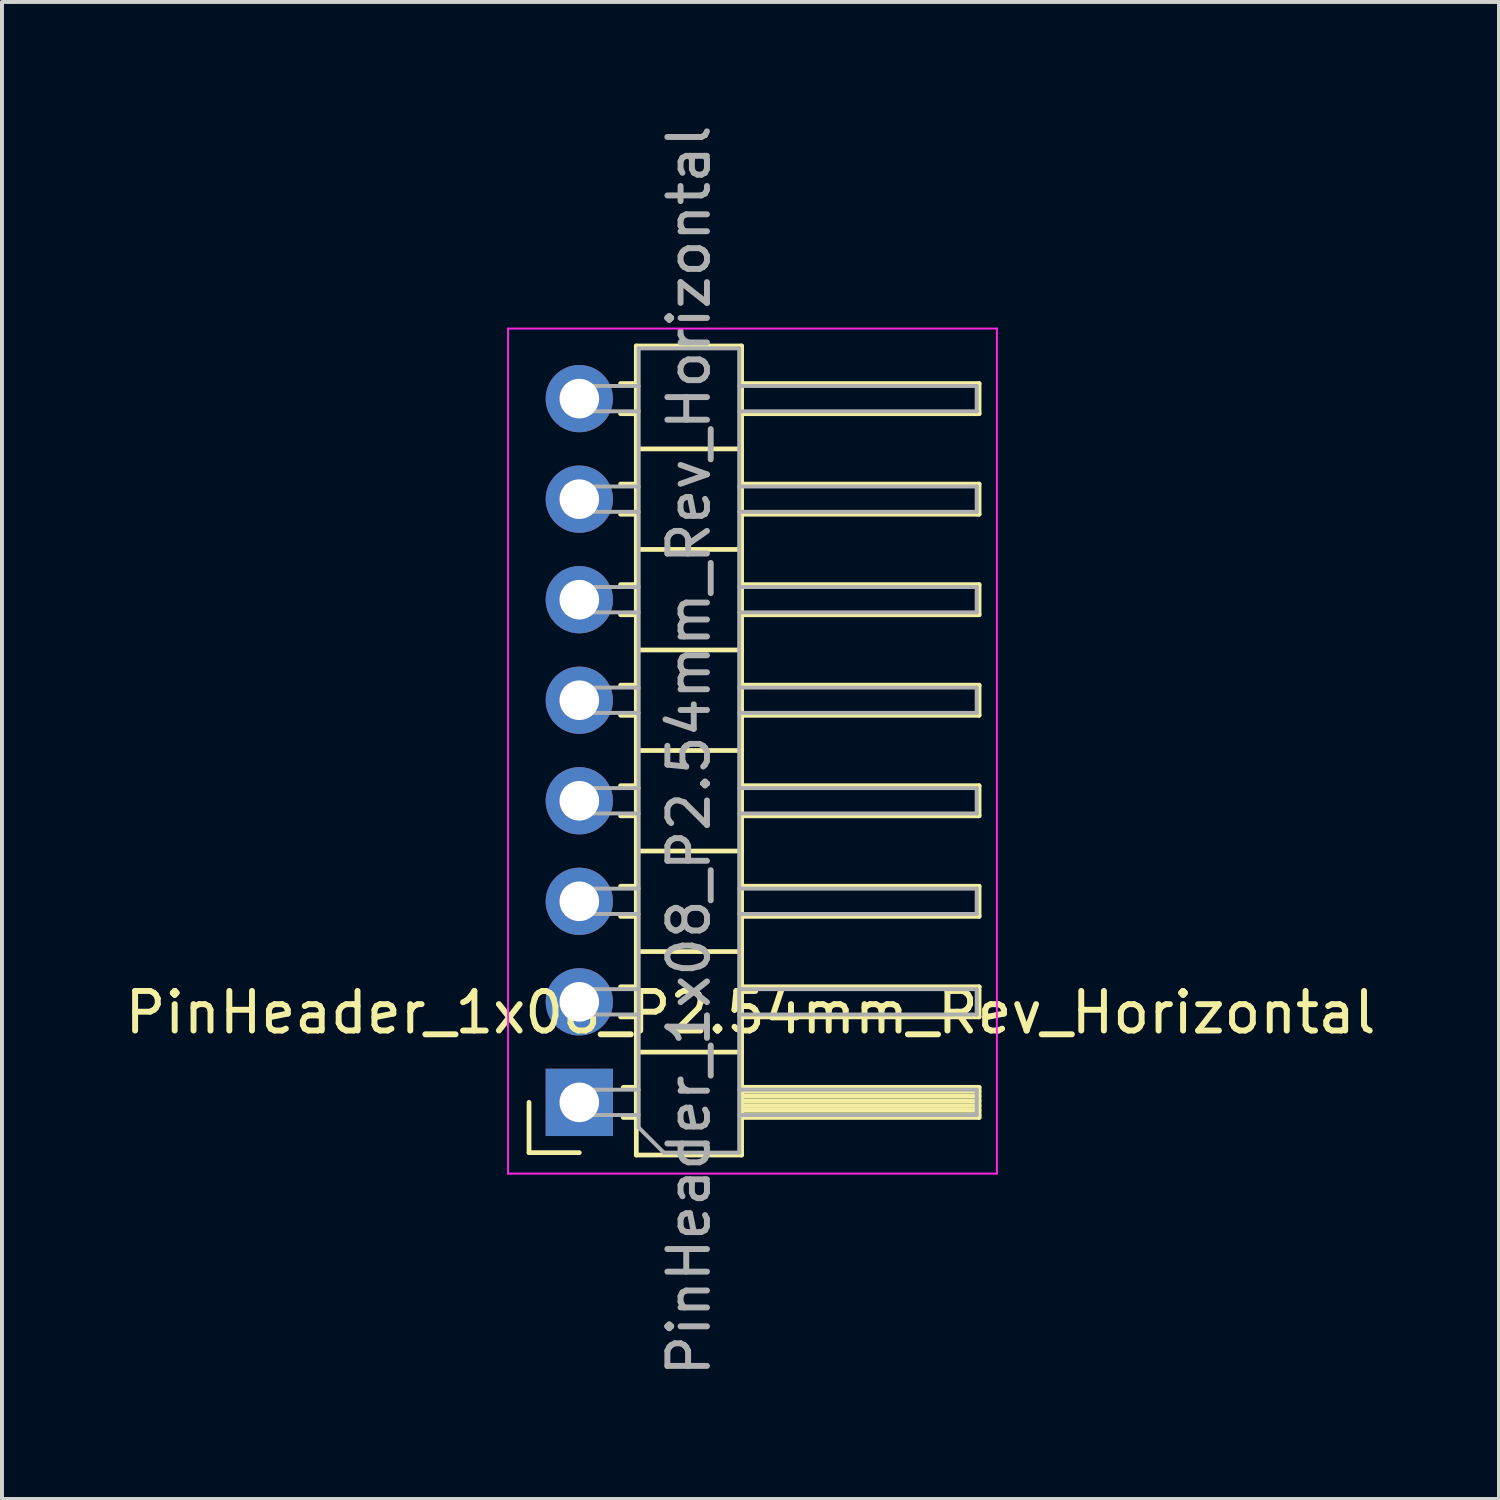
<source format=kicad_pcb>
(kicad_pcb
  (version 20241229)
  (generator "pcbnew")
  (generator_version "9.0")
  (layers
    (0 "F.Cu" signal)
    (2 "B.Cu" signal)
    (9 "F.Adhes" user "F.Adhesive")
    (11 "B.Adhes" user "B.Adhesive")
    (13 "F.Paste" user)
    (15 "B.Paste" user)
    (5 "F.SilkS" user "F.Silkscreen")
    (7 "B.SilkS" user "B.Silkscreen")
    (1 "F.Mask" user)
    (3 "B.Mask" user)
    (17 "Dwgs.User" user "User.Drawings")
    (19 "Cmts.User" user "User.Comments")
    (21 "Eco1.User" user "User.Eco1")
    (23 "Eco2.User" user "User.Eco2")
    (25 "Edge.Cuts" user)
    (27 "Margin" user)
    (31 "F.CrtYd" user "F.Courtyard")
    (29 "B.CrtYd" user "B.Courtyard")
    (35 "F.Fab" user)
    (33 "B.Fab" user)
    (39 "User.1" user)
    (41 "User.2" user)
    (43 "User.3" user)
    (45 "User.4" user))
  (footprint "PinHeader_1x08_P2.54mm_Rev_Horizontal"
    (layer "F.Cu")
    (at 11.566 24.816)
    (property "Reference" "PinHeader_1x08_P2.54mm_Rev_Horizontal" (at 4.345 -2.285 0) (layer "F.SilkS") (effects (font (size 1 1) (thickness 0.15))))
    (attr through_hole)
    (fp_line (start -1.25 -0.015) (end -1.25 1.255) (stroke (width 0.12) (type solid)) (layer "F.SilkS"))
    (fp_line (start -1.25 1.255) (end 0.02 1.255) (stroke (width 0.12) (type solid)) (layer "F.SilkS"))
    (fp_line (start 1.063 -18.175) (end 1.46 -18.175) (stroke (width 0.12) (type solid)) (layer "F.SilkS"))
    (fp_line (start 1.063 -17.415) (end 1.46 -17.415) (stroke (width 0.12) (type solid)) (layer "F.SilkS"))
    (fp_line (start 1.063 -15.635) (end 1.46 -15.635) (stroke (width 0.12) (type solid)) (layer "F.SilkS"))
    (fp_line (start 1.063 -14.875) (end 1.46 -14.875) (stroke (width 0.12) (type solid)) (layer "F.SilkS"))
    (fp_line (start 1.063 -13.095) (end 1.46 -13.095) (stroke (width 0.12) (type solid)) (layer "F.SilkS"))
    (fp_line (start 1.063 -12.335) (end 1.46 -12.335) (stroke (width 0.12) (type solid)) (layer "F.SilkS"))
    (fp_line (start 1.063 -10.555) (end 1.46 -10.555) (stroke (width 0.12) (type solid)) (layer "F.SilkS"))
    (fp_line (start 1.063 -9.795) (end 1.46 -9.795) (stroke (width 0.12) (type solid)) (layer "F.SilkS"))
    (fp_line (start 1.063 -8.015) (end 1.46 -8.015) (stroke (width 0.12) (type solid)) (layer "F.SilkS"))
    (fp_line (start 1.063 -7.255) (end 1.46 -7.255) (stroke (width 0.12) (type solid)) (layer "F.SilkS"))
    (fp_line (start 1.063 -5.475) (end 1.46 -5.475) (stroke (width 0.12) (type solid)) (layer "F.SilkS"))
    (fp_line (start 1.063 -4.715) (end 1.46 -4.715) (stroke (width 0.12) (type solid)) (layer "F.SilkS"))
    (fp_line (start 1.063 -2.935) (end 1.46 -2.935) (stroke (width 0.12) (type solid)) (layer "F.SilkS"))
    (fp_line (start 1.063 -2.175) (end 1.46 -2.175) (stroke (width 0.12) (type solid)) (layer "F.SilkS"))
    (fp_line (start 1.13 -0.395) (end 1.46 -0.395) (stroke (width 0.12) (type solid)) (layer "F.SilkS"))
    (fp_line (start 1.13 0.365) (end 1.46 0.365) (stroke (width 0.12) (type solid)) (layer "F.SilkS"))
    (fp_line (start 1.46 -19.125) (end 4.12 -19.125) (stroke (width 0.12) (type solid)) (layer "F.SilkS"))
    (fp_line (start 1.46 -16.525) (end 4.12 -16.525) (stroke (width 0.12) (type solid)) (layer "F.SilkS"))
    (fp_line (start 1.46 -13.985) (end 4.12 -13.985) (stroke (width 0.12) (type solid)) (layer "F.SilkS"))
    (fp_line (start 1.46 -11.445) (end 4.12 -11.445) (stroke (width 0.12) (type solid)) (layer "F.SilkS"))
    (fp_line (start 1.46 -8.905) (end 4.12 -8.905) (stroke (width 0.12) (type solid)) (layer "F.SilkS"))
    (fp_line (start 1.46 -6.365) (end 4.12 -6.365) (stroke (width 0.12) (type solid)) (layer "F.SilkS"))
    (fp_line (start 1.46 -3.825) (end 4.12 -3.825) (stroke (width 0.12) (type solid)) (layer "F.SilkS"))
    (fp_line (start 1.46 -1.285) (end 4.12 -1.285) (stroke (width 0.12) (type solid)) (layer "F.SilkS"))
    (fp_line (start 1.46 1.315) (end 1.46 -19.125) (stroke (width 0.12) (type solid)) (layer "F.SilkS"))
    (fp_line (start 4.12 -19.125) (end 4.12 1.315) (stroke (width 0.12) (type solid)) (layer "F.SilkS"))
    (fp_line (start 4.12 -17.415) (end 10.12 -17.415) (stroke (width 0.12) (type solid)) (layer "F.SilkS"))
    (fp_line (start 4.12 -14.875) (end 10.12 -14.875) (stroke (width 0.12) (type solid)) (layer "F.SilkS"))
    (fp_line (start 4.12 -12.335) (end 10.12 -12.335) (stroke (width 0.12) (type solid)) (layer "F.SilkS"))
    (fp_line (start 4.12 -9.795) (end 10.12 -9.795) (stroke (width 0.12) (type solid)) (layer "F.SilkS"))
    (fp_line (start 4.12 -7.255) (end 10.12 -7.255) (stroke (width 0.12) (type solid)) (layer "F.SilkS"))
    (fp_line (start 4.12 -4.715) (end 10.12 -4.715) (stroke (width 0.12) (type solid)) (layer "F.SilkS"))
    (fp_line (start 4.12 -2.175) (end 10.12 -2.175) (stroke (width 0.12) (type solid)) (layer "F.SilkS"))
    (fp_line (start 4.12 -0.295) (end 10.12 -0.295) (stroke (width 0.12) (type solid)) (layer "F.SilkS"))
    (fp_line (start 4.12 -0.175) (end 10.12 -0.175) (stroke (width 0.12) (type solid)) (layer "F.SilkS"))
    (fp_line (start 4.12 -0.055) (end 10.12 -0.055) (stroke (width 0.12) (type solid)) (layer "F.SilkS"))
    (fp_line (start 4.12 0.065) (end 10.12 0.065) (stroke (width 0.12) (type solid)) (layer "F.SilkS"))
    (fp_line (start 4.12 0.185) (end 10.12 0.185) (stroke (width 0.12) (type solid)) (layer "F.SilkS"))
    (fp_line (start 4.12 0.305) (end 10.12 0.305) (stroke (width 0.12) (type solid)) (layer "F.SilkS"))
    (fp_line (start 4.12 0.365) (end 10.12 0.365) (stroke (width 0.12) (type solid)) (layer "F.SilkS"))
    (fp_line (start 4.12 1.315) (end 1.46 1.315) (stroke (width 0.12) (type solid)) (layer "F.SilkS"))
    (fp_line (start 10.12 -18.175) (end 4.12 -18.175) (stroke (width 0.12) (type solid)) (layer "F.SilkS"))
    (fp_line (start 10.12 -17.415) (end 10.12 -18.175) (stroke (width 0.12) (type solid)) (layer "F.SilkS"))
    (fp_line (start 10.12 -15.635) (end 4.12 -15.635) (stroke (width 0.12) (type solid)) (layer "F.SilkS"))
    (fp_line (start 10.12 -14.875) (end 10.12 -15.635) (stroke (width 0.12) (type solid)) (layer "F.SilkS"))
    (fp_line (start 10.12 -13.095) (end 4.12 -13.095) (stroke (width 0.12) (type solid)) (layer "F.SilkS"))
    (fp_line (start 10.12 -12.335) (end 10.12 -13.095) (stroke (width 0.12) (type solid)) (layer "F.SilkS"))
    (fp_line (start 10.12 -10.555) (end 4.12 -10.555) (stroke (width 0.12) (type solid)) (layer "F.SilkS"))
    (fp_line (start 10.12 -9.795) (end 10.12 -10.555) (stroke (width 0.12) (type solid)) (layer "F.SilkS"))
    (fp_line (start 10.12 -8.015) (end 4.12 -8.015) (stroke (width 0.12) (type solid)) (layer "F.SilkS"))
    (fp_line (start 10.12 -7.255) (end 10.12 -8.015) (stroke (width 0.12) (type solid)) (layer "F.SilkS"))
    (fp_line (start 10.12 -5.475) (end 4.12 -5.475) (stroke (width 0.12) (type solid)) (layer "F.SilkS"))
    (fp_line (start 10.12 -4.715) (end 10.12 -5.475) (stroke (width 0.12) (type solid)) (layer "F.SilkS"))
    (fp_line (start 10.12 -2.935) (end 4.12 -2.935) (stroke (width 0.12) (type solid)) (layer "F.SilkS"))
    (fp_line (start 10.12 -2.175) (end 10.12 -2.935) (stroke (width 0.12) (type solid)) (layer "F.SilkS"))
    (fp_line (start 10.12 -0.395) (end 4.12 -0.395) (stroke (width 0.12) (type solid)) (layer "F.SilkS"))
    (fp_line (start 10.12 0.365) (end 10.12 -0.395) (stroke (width 0.12) (type solid)) (layer "F.SilkS"))
    (fp_line (start -1.78 -19.565) (end 10.57 -19.565) (stroke (width 0.05) (type solid)) (layer "F.CrtYd"))
    (fp_line (start -1.78 1.785) (end -1.78 -19.565) (stroke (width 0.05) (type solid)) (layer "F.CrtYd"))
    (fp_line (start 10.57 -19.565) (end 10.57 1.785) (stroke (width 0.05) (type solid)) (layer "F.CrtYd"))
    (fp_line (start 10.57 1.785) (end -1.78 1.785) (stroke (width 0.05) (type solid)) (layer "F.CrtYd"))
    (fp_line (start -0.3 -18.115) (end 1.52 -18.115) (stroke (width 0.1) (type solid)) (layer "F.Fab"))
    (fp_line (start -0.3 -17.475) (end -0.3 -18.115) (stroke (width 0.1) (type solid)) (layer "F.Fab"))
    (fp_line (start -0.3 -17.475) (end 1.52 -17.475) (stroke (width 0.1) (type solid)) (layer "F.Fab"))
    (fp_line (start -0.3 -15.575) (end 1.52 -15.575) (stroke (width 0.1) (type solid)) (layer "F.Fab"))
    (fp_line (start -0.3 -14.935) (end -0.3 -15.575) (stroke (width 0.1) (type solid)) (layer "F.Fab"))
    (fp_line (start -0.3 -14.935) (end 1.52 -14.935) (stroke (width 0.1) (type solid)) (layer "F.Fab"))
    (fp_line (start -0.3 -13.035) (end 1.52 -13.035) (stroke (width 0.1) (type solid)) (layer "F.Fab"))
    (fp_line (start -0.3 -12.395) (end -0.3 -13.035) (stroke (width 0.1) (type solid)) (layer "F.Fab"))
    (fp_line (start -0.3 -12.395) (end 1.52 -12.395) (stroke (width 0.1) (type solid)) (layer "F.Fab"))
    (fp_line (start -0.3 -10.495) (end 1.52 -10.495) (stroke (width 0.1) (type solid)) (layer "F.Fab"))
    (fp_line (start -0.3 -9.855) (end -0.3 -10.495) (stroke (width 0.1) (type solid)) (layer "F.Fab"))
    (fp_line (start -0.3 -9.855) (end 1.52 -9.855) (stroke (width 0.1) (type solid)) (layer "F.Fab"))
    (fp_line (start -0.3 -7.955) (end 1.52 -7.955) (stroke (width 0.1) (type solid)) (layer "F.Fab"))
    (fp_line (start -0.3 -7.315) (end -0.3 -7.955) (stroke (width 0.1) (type solid)) (layer "F.Fab"))
    (fp_line (start -0.3 -7.315) (end 1.52 -7.315) (stroke (width 0.1) (type solid)) (layer "F.Fab"))
    (fp_line (start -0.3 -5.415) (end 1.52 -5.415) (stroke (width 0.1) (type solid)) (layer "F.Fab"))
    (fp_line (start -0.3 -4.775) (end -0.3 -5.415) (stroke (width 0.1) (type solid)) (layer "F.Fab"))
    (fp_line (start -0.3 -4.775) (end 1.52 -4.775) (stroke (width 0.1) (type solid)) (layer "F.Fab"))
    (fp_line (start -0.3 -2.875) (end 1.52 -2.875) (stroke (width 0.1) (type solid)) (layer "F.Fab"))
    (fp_line (start -0.3 -2.235) (end -0.3 -2.875) (stroke (width 0.1) (type solid)) (layer "F.Fab"))
    (fp_line (start -0.3 -2.235) (end 1.52 -2.235) (stroke (width 0.1) (type solid)) (layer "F.Fab"))
    (fp_line (start -0.3 -0.335) (end 1.52 -0.335) (stroke (width 0.1) (type solid)) (layer "F.Fab"))
    (fp_line (start -0.3 0.305) (end -0.3 -0.335) (stroke (width 0.1) (type solid)) (layer "F.Fab"))
    (fp_line (start -0.3 0.305) (end 1.52 0.305) (stroke (width 0.1) (type solid)) (layer "F.Fab"))
    (fp_line (start 1.52 -19.065) (end 1.52 0.62) (stroke (width 0.1) (type solid)) (layer "F.Fab"))
    (fp_line (start 1.52 0.62) (end 2.155 1.255) (stroke (width 0.1) (type solid)) (layer "F.Fab"))
    (fp_line (start 2.155 1.255) (end 4.06 1.255) (stroke (width 0.1) (type solid)) (layer "F.Fab"))
    (fp_line (start 4.06 -19.065) (end 1.52 -19.065) (stroke (width 0.1) (type solid)) (layer "F.Fab"))
    (fp_line (start 4.06 -18.115) (end 10.06 -18.115) (stroke (width 0.1) (type solid)) (layer "F.Fab"))
    (fp_line (start 4.06 -17.475) (end 10.06 -17.475) (stroke (width 0.1) (type solid)) (layer "F.Fab"))
    (fp_line (start 4.06 -15.575) (end 10.06 -15.575) (stroke (width 0.1) (type solid)) (layer "F.Fab"))
    (fp_line (start 4.06 -14.935) (end 10.06 -14.935) (stroke (width 0.1) (type solid)) (layer "F.Fab"))
    (fp_line (start 4.06 -13.035) (end 10.06 -13.035) (stroke (width 0.1) (type solid)) (layer "F.Fab"))
    (fp_line (start 4.06 -12.395) (end 10.06 -12.395) (stroke (width 0.1) (type solid)) (layer "F.Fab"))
    (fp_line (start 4.06 -10.495) (end 10.06 -10.495) (stroke (width 0.1) (type solid)) (layer "F.Fab"))
    (fp_line (start 4.06 -9.855) (end 10.06 -9.855) (stroke (width 0.1) (type solid)) (layer "F.Fab"))
    (fp_line (start 4.06 -7.955) (end 10.06 -7.955) (stroke (width 0.1) (type solid)) (layer "F.Fab"))
    (fp_line (start 4.06 -7.315) (end 10.06 -7.315) (stroke (width 0.1) (type solid)) (layer "F.Fab"))
    (fp_line (start 4.06 -5.415) (end 10.06 -5.415) (stroke (width 0.1) (type solid)) (layer "F.Fab"))
    (fp_line (start 4.06 -4.775) (end 10.06 -4.775) (stroke (width 0.1) (type solid)) (layer "F.Fab"))
    (fp_line (start 4.06 -2.875) (end 10.06 -2.875) (stroke (width 0.1) (type solid)) (layer "F.Fab"))
    (fp_line (start 4.06 -2.235) (end 10.06 -2.235) (stroke (width 0.1) (type solid)) (layer "F.Fab"))
    (fp_line (start 4.06 -0.335) (end 10.06 -0.335) (stroke (width 0.1) (type solid)) (layer "F.Fab"))
    (fp_line (start 4.06 0.305) (end 10.06 0.305) (stroke (width 0.1) (type solid)) (layer "F.Fab"))
    (fp_line (start 4.06 1.255) (end 4.06 -19.065) (stroke (width 0.1) (type solid)) (layer "F.Fab"))
    (fp_line (start 10.06 -17.475) (end 10.06 -18.115) (stroke (width 0.1) (type solid)) (layer "F.Fab"))
    (fp_line (start 10.06 -14.935) (end 10.06 -15.575) (stroke (width 0.1) (type solid)) (layer "F.Fab"))
    (fp_line (start 10.06 -12.395) (end 10.06 -13.035) (stroke (width 0.1) (type solid)) (layer "F.Fab"))
    (fp_line (start 10.06 -9.855) (end 10.06 -10.495) (stroke (width 0.1) (type solid)) (layer "F.Fab"))
    (fp_line (start 10.06 -7.315) (end 10.06 -7.955) (stroke (width 0.1) (type solid)) (layer "F.Fab"))
    (fp_line (start 10.06 -4.775) (end 10.06 -5.415) (stroke (width 0.1) (type solid)) (layer "F.Fab"))
    (fp_line (start 10.06 -2.235) (end 10.06 -2.875) (stroke (width 0.1) (type solid)) (layer "F.Fab"))
    (fp_line (start 10.06 0.305) (end 10.06 -0.335) (stroke (width 0.1) (type solid)) (layer "F.Fab"))
    (fp_text user "${REFERENCE}" (at 2.79 -8.905 90) (layer "F.Fab") (effects (font (size 1 1) (thickness 0.15))))
    (pad "1" thru_hole rect (at 0.02 -0.015) (size 1.7 1.7) (drill 1) (layers "*.Cu" "*.Mask"))
    (pad "2" thru_hole oval (at 0.02 -2.555) (size 1.7 1.7) (drill 1) (layers "*.Cu" "*.Mask"))
    (pad "3" thru_hole oval (at 0.02 -5.095) (size 1.7 1.7) (drill 1) (layers "*.Cu" "*.Mask"))
    (pad "4" thru_hole oval (at 0.02 -7.635) (size 1.7 1.7) (drill 1) (layers "*.Cu" "*.Mask"))
    (pad "5" thru_hole oval (at 0.02 -10.175) (size 1.7 1.7) (drill 1) (layers "*.Cu" "*.Mask"))
    (pad "6" thru_hole oval (at 0.02 -12.715) (size 1.7 1.7) (drill 1) (layers "*.Cu" "*.Mask"))
    (pad "7" thru_hole oval (at 0.02 -15.255) (size 1.7 1.7) (drill 1) (layers "*.Cu" "*.Mask"))
    (pad "8" thru_hole oval (at 0.02 -17.795) (size 1.7 1.7) (drill 1) (layers "*.Cu" "*.Mask")))
  (gr_rect
    (start -3 -3)
    (end 34.821 34.821)
    (stroke (width 0.1) (type default))
    (fill no)
    (layer "Edge.Cuts")))
</source>
